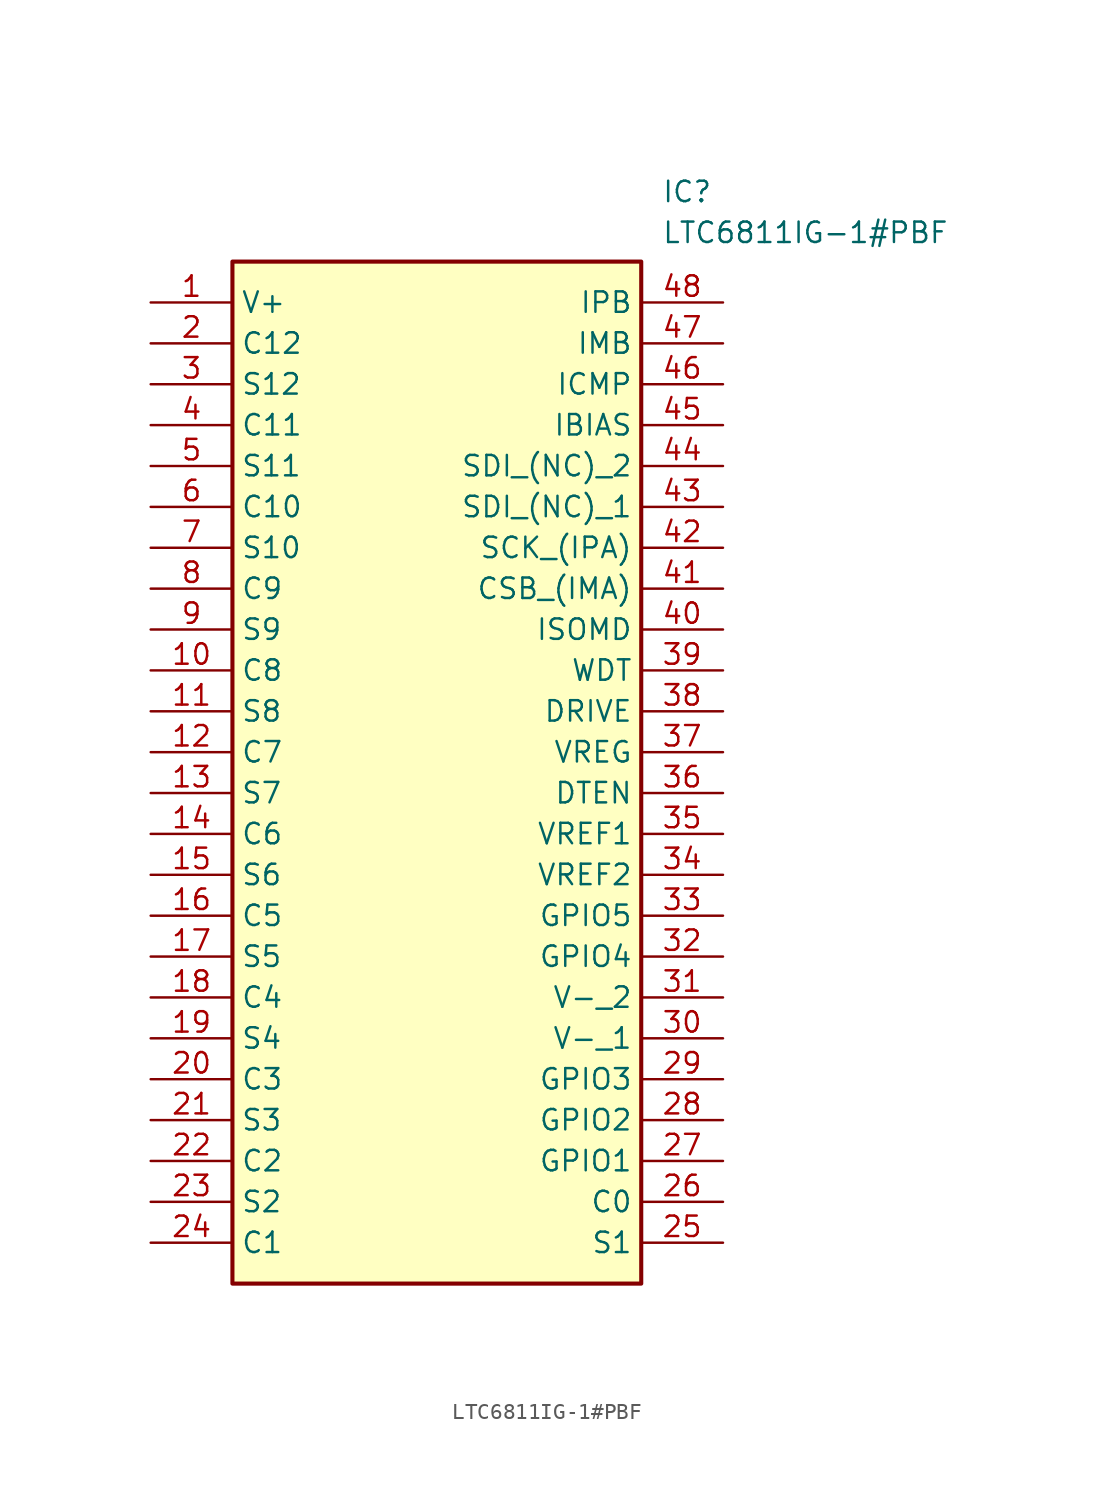
<source format=kicad_sym>
(kicad_symbol_lib
  (version 20211014)
  (generator SamacSys_ECAD_Model)
  (symbol "LTC6811IG-1#PBF"
    (property "Reference" "IC"
      (at 31.75 7.62 0)
      (effects (font (size 1.27 1.27)) (justify left top)))
    (property "Value" "LTC6811IG-1#PBF"
      (at 31.75 5.08 0)
      (effects (font (size 1.27 1.27)) (justify left top)))
    (rectangle
      (start 5.08 2.54)
      (end 30.48 -60.96)
      (stroke (width 0.254) (type default))
      (fill (type background)))
    (pin passive line
      (at 0 0 0)
      (length 5.08)
      (name "V+" (effects (font (size 1.27 1.27))))
      (number "1" (effects (font (size 1.27 1.27)))))
    (pin passive line
      (at 0 -2.54 0)
      (length 5.08)
      (name "C12" (effects (font (size 1.27 1.27))))
      (number "2" (effects (font (size 1.27 1.27)))))
    (pin passive line
      (at 0 -5.08 0)
      (length 5.08)
      (name "S12" (effects (font (size 1.27 1.27))))
      (number "3" (effects (font (size 1.27 1.27)))))
    (pin passive line
      (at 0 -7.62 0)
      (length 5.08)
      (name "C11" (effects (font (size 1.27 1.27))))
      (number "4" (effects (font (size 1.27 1.27)))))
    (pin passive line
      (at 0 -10.16 0)
      (length 5.08)
      (name "S11" (effects (font (size 1.27 1.27))))
      (number "5" (effects (font (size 1.27 1.27)))))
    (pin passive line
      (at 0 -12.7 0)
      (length 5.08)
      (name "C10" (effects (font (size 1.27 1.27))))
      (number "6" (effects (font (size 1.27 1.27)))))
    (pin passive line
      (at 0 -15.24 0)
      (length 5.08)
      (name "S10" (effects (font (size 1.27 1.27))))
      (number "7" (effects (font (size 1.27 1.27)))))
    (pin passive line
      (at 0 -17.78 0)
      (length 5.08)
      (name "C9" (effects (font (size 1.27 1.27))))
      (number "8" (effects (font (size 1.27 1.27)))))
    (pin passive line
      (at 0 -20.32 0)
      (length 5.08)
      (name "S9" (effects (font (size 1.27 1.27))))
      (number "9" (effects (font (size 1.27 1.27)))))
    (pin passive line
      (at 0 -22.86 0)
      (length 5.08)
      (name "C8" (effects (font (size 1.27 1.27))))
      (number "10" (effects (font (size 1.27 1.27)))))
    (pin passive line
      (at 0 -25.4 0)
      (length 5.08)
      (name "S8" (effects (font (size 1.27 1.27))))
      (number "11" (effects (font (size 1.27 1.27)))))
    (pin passive line
      (at 0 -27.94 0)
      (length 5.08)
      (name "C7" (effects (font (size 1.27 1.27))))
      (number "12" (effects (font (size 1.27 1.27)))))
    (pin passive line
      (at 0 -30.48 0)
      (length 5.08)
      (name "S7" (effects (font (size 1.27 1.27))))
      (number "13" (effects (font (size 1.27 1.27)))))
    (pin passive line
      (at 0 -33.02 0)
      (length 5.08)
      (name "C6" (effects (font (size 1.27 1.27))))
      (number "14" (effects (font (size 1.27 1.27)))))
    (pin passive line
      (at 0 -35.56 0)
      (length 5.08)
      (name "S6" (effects (font (size 1.27 1.27))))
      (number "15" (effects (font (size 1.27 1.27)))))
    (pin passive line
      (at 0 -38.1 0)
      (length 5.08)
      (name "C5" (effects (font (size 1.27 1.27))))
      (number "16" (effects (font (size 1.27 1.27)))))
    (pin passive line
      (at 0 -40.64 0)
      (length 5.08)
      (name "S5" (effects (font (size 1.27 1.27))))
      (number "17" (effects (font (size 1.27 1.27)))))
    (pin passive line
      (at 0 -43.18 0)
      (length 5.08)
      (name "C4" (effects (font (size 1.27 1.27))))
      (number "18" (effects (font (size 1.27 1.27)))))
    (pin passive line
      (at 0 -45.72 0)
      (length 5.08)
      (name "S4" (effects (font (size 1.27 1.27))))
      (number "19" (effects (font (size 1.27 1.27)))))
    (pin passive line
      (at 0 -48.26 0)
      (length 5.08)
      (name "C3" (effects (font (size 1.27 1.27))))
      (number "20" (effects (font (size 1.27 1.27)))))
    (pin passive line
      (at 0 -50.8 0)
      (length 5.08)
      (name "S3" (effects (font (size 1.27 1.27))))
      (number "21" (effects (font (size 1.27 1.27)))))
    (pin passive line
      (at 0 -53.34 0)
      (length 5.08)
      (name "C2" (effects (font (size 1.27 1.27))))
      (number "22" (effects (font (size 1.27 1.27)))))
    (pin passive line
      (at 0 -55.88 0)
      (length 5.08)
      (name "S2" (effects (font (size 1.27 1.27))))
      (number "23" (effects (font (size 1.27 1.27)))))
    (pin passive line
      (at 0 -58.42 0)
      (length 5.08)
      (name "C1" (effects (font (size 1.27 1.27))))
      (number "24" (effects (font (size 1.27 1.27)))))
    (pin passive line
      (at 35.56 0 180)
      (length 5.08)
      (name "IPB" (effects (font (size 1.27 1.27))))
      (number "48" (effects (font (size 1.27 1.27)))))
    (pin passive line
      (at 35.56 -2.54 180)
      (length 5.08)
      (name "IMB" (effects (font (size 1.27 1.27))))
      (number "47" (effects (font (size 1.27 1.27)))))
    (pin passive line
      (at 35.56 -5.08 180)
      (length 5.08)
      (name "ICMP" (effects (font (size 1.27 1.27))))
      (number "46" (effects (font (size 1.27 1.27)))))
    (pin passive line
      (at 35.56 -7.62 180)
      (length 5.08)
      (name "IBIAS" (effects (font (size 1.27 1.27))))
      (number "45" (effects (font (size 1.27 1.27)))))
    (pin passive line
      (at 35.56 -10.16 180)
      (length 5.08)
      (name "SDI_(NC)_2" (effects (font (size 1.27 1.27))))
      (number "44" (effects (font (size 1.27 1.27)))))
    (pin passive line
      (at 35.56 -12.7 180)
      (length 5.08)
      (name "SDI_(NC)_1" (effects (font (size 1.27 1.27))))
      (number "43" (effects (font (size 1.27 1.27)))))
    (pin passive line
      (at 35.56 -15.24 180)
      (length 5.08)
      (name "SCK_(IPA)" (effects (font (size 1.27 1.27))))
      (number "42" (effects (font (size 1.27 1.27)))))
    (pin passive line
      (at 35.56 -17.78 180)
      (length 5.08)
      (name "CSB_(IMA)" (effects (font (size 1.27 1.27))))
      (number "41" (effects (font (size 1.27 1.27)))))
    (pin passive line
      (at 35.56 -20.32 180)
      (length 5.08)
      (name "ISOMD" (effects (font (size 1.27 1.27))))
      (number "40" (effects (font (size 1.27 1.27)))))
    (pin passive line
      (at 35.56 -22.86 180)
      (length 5.08)
      (name "WDT" (effects (font (size 1.27 1.27))))
      (number "39" (effects (font (size 1.27 1.27)))))
    (pin passive line
      (at 35.56 -25.4 180)
      (length 5.08)
      (name "DRIVE" (effects (font (size 1.27 1.27))))
      (number "38" (effects (font (size 1.27 1.27)))))
    (pin passive line
      (at 35.56 -27.94 180)
      (length 5.08)
      (name "VREG" (effects (font (size 1.27 1.27))))
      (number "37" (effects (font (size 1.27 1.27)))))
    (pin passive line
      (at 35.56 -30.48 180)
      (length 5.08)
      (name "DTEN" (effects (font (size 1.27 1.27))))
      (number "36" (effects (font (size 1.27 1.27)))))
    (pin passive line
      (at 35.56 -33.02 180)
      (length 5.08)
      (name "VREF1" (effects (font (size 1.27 1.27))))
      (number "35" (effects (font (size 1.27 1.27)))))
    (pin passive line
      (at 35.56 -35.56 180)
      (length 5.08)
      (name "VREF2" (effects (font (size 1.27 1.27))))
      (number "34" (effects (font (size 1.27 1.27)))))
    (pin passive line
      (at 35.56 -38.1 180)
      (length 5.08)
      (name "GPIO5" (effects (font (size 1.27 1.27))))
      (number "33" (effects (font (size 1.27 1.27)))))
    (pin passive line
      (at 35.56 -40.64 180)
      (length 5.08)
      (name "GPIO4" (effects (font (size 1.27 1.27))))
      (number "32" (effects (font (size 1.27 1.27)))))
    (pin passive line
      (at 35.56 -43.18 180)
      (length 5.08)
      (name "V-_2" (effects (font (size 1.27 1.27))))
      (number "31" (effects (font (size 1.27 1.27)))))
    (pin passive line
      (at 35.56 -45.72 180)
      (length 5.08)
      (name "V-_1" (effects (font (size 1.27 1.27))))
      (number "30" (effects (font (size 1.27 1.27)))))
    (pin passive line
      (at 35.56 -48.26 180)
      (length 5.08)
      (name "GPIO3" (effects (font (size 1.27 1.27))))
      (number "29" (effects (font (size 1.27 1.27)))))
    (pin passive line
      (at 35.56 -50.8 180)
      (length 5.08)
      (name "GPIO2" (effects (font (size 1.27 1.27))))
      (number "28" (effects (font (size 1.27 1.27)))))
    (pin passive line
      (at 35.56 -53.34 180)
      (length 5.08)
      (name "GPIO1" (effects (font (size 1.27 1.27))))
      (number "27" (effects (font (size 1.27 1.27)))))
    (pin passive line
      (at 35.56 -55.88 180)
      (length 5.08)
      (name "C0" (effects (font (size 1.27 1.27))))
      (number "26" (effects (font (size 1.27 1.27)))))
    (pin passive line
      (at 35.56 -58.42 180)
      (length 5.08)
      (name "S1" (effects (font (size 1.27 1.27))))
      (number "25" (effects (font (size 1.27 1.27)))))))
</source>
